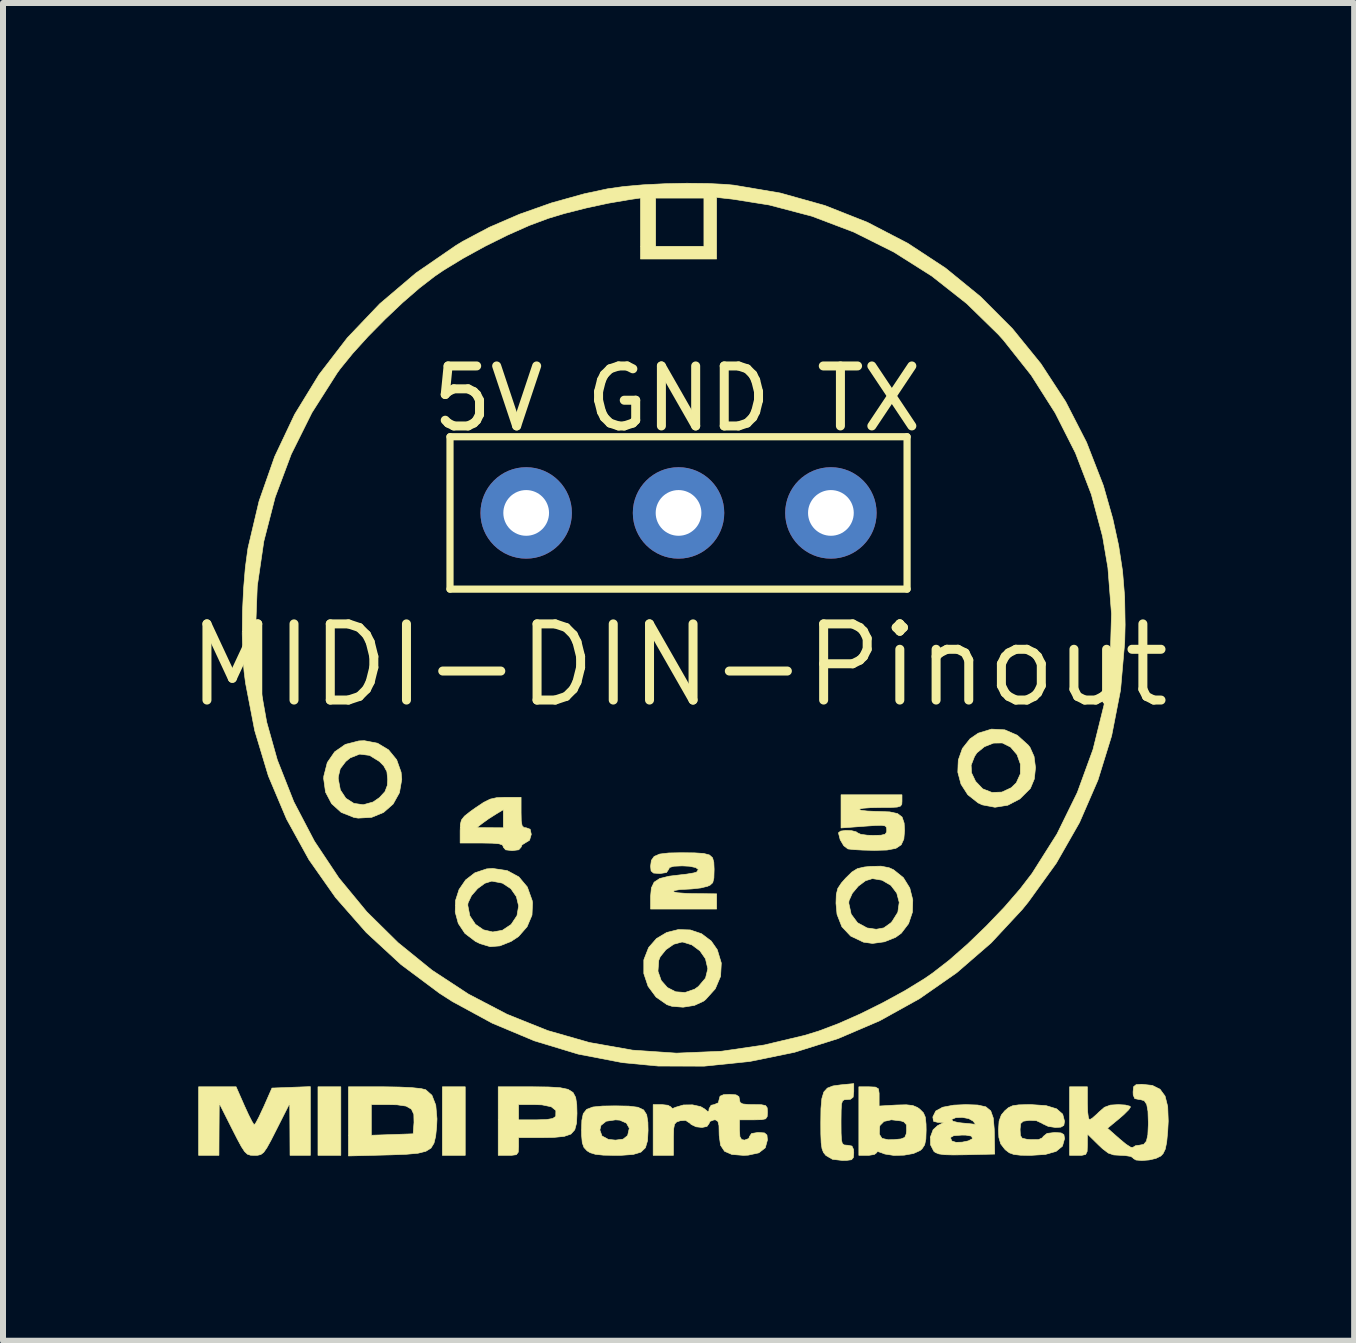
<source format=kicad_pcb>
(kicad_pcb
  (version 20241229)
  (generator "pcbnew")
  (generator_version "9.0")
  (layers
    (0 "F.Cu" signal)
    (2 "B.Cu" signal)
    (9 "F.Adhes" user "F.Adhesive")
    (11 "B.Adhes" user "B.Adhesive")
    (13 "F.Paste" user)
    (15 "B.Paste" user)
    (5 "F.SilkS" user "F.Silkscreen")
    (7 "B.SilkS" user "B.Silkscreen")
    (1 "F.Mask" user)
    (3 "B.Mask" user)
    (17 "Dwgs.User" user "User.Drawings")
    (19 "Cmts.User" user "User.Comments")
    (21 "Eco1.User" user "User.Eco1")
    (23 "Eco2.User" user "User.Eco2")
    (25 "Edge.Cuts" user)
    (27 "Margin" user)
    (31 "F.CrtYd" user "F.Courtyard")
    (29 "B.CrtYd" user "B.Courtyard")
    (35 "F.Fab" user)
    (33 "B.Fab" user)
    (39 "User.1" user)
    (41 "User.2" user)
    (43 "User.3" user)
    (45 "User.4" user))
  (footprint "MIDI-DIN-Pinout"
    (layer "F.Cu")
    (at 8.262 8.041)
    (property "Reference" "MIDI-DIN-Pinout" (at 0 0 0) (layer "F.SilkS") (effects (font (size 1.27 1.27) (thickness 0.15))))
    (attr through_hole)
    (fp_line (start -3.81 -3.81) (end 3.81 -3.81) (stroke (width 0.12) (type solid)) (layer "F.SilkS"))
    (fp_line (start -3.81 -1.27) (end -3.81 -3.81) (stroke (width 0.12) (type solid)) (layer "F.SilkS"))
    (fp_line (start 3.81 -3.81) (end 3.81 -1.27) (stroke (width 0.12) (type solid)) (layer "F.SilkS"))
    (fp_line (start 3.81 -1.27) (end -3.81 -1.27) (stroke (width 0.12) (type solid)) (layer "F.SilkS"))
    (fp_poly (pts (xy -5.63 8.17) (xy -6.011 8.17) (xy -6.011 7.027) (xy -5.63 7.027) (xy -5.63 8.17)) (stroke (width 0.01) (type solid)) (fill yes) (layer "F.SilkS"))
    (fp_poly (pts (xy -3.556 8.17) (xy -3.937 8.17) (xy -3.937 7.027) (xy -3.556 7.027) (xy -3.556 8.17)) (stroke (width 0.01) (type solid)) (fill yes) (layer "F.SilkS"))
    (fp_poly (pts (xy -4.658 7.031) (xy -4.447 7.041) (xy -4.293 7.057) (xy -4.215 7.076) (xy -4.111 7.169) (xy -4.047 7.333) (xy -4.027 7.562) (xy -4.033 7.695) (xy -4.049 7.851) (xy -4.077 7.967) (xy -4.127 8.049) (xy -4.212 8.102) (xy -4.344 8.135) (xy -4.535 8.152) (xy -4.795 8.162) (xy -4.869 8.164) (xy -5.503 8.18) (xy -5.503 7.324) (xy -5.122 7.324) (xy -5.122 7.835) (xy -4.424 7.811) (xy -4.41 7.622) (xy -4.413 7.487) (xy -4.453 7.4) (xy -4.542 7.349) (xy -4.693 7.327) (xy -4.834 7.324) (xy -5.122 7.324) (xy -5.503 7.324) (xy -5.503 7.027) (xy -4.913 7.027) (xy -4.658 7.031)) (stroke (width 0.01) (type solid)) (fill yes) (layer "F.SilkS"))
    (fp_poly (pts (xy -6.138 8.17) (xy -6.477 8.17) (xy -6.479 7.736) (xy -6.482 7.303) (xy -6.701 7.736) (xy -6.796 7.923) (xy -6.864 8.046) (xy -6.916 8.12) (xy -6.963 8.156) (xy -7.017 8.169) (xy -7.07 8.17) (xy -7.135 8.168) (xy -7.187 8.151) (xy -7.234 8.107) (xy -7.289 8.023) (xy -7.362 7.887) (xy -7.439 7.736) (xy -7.657 7.303) (xy -7.66 7.736) (xy -7.662 8.17) (xy -8.001 8.17) (xy -8.001 7.027) (xy -7.376 7.027) (xy -7.236 7.345) (xy -7.169 7.491) (xy -7.113 7.601) (xy -7.078 7.658) (xy -7.073 7.661) (xy -7.045 7.625) (xy -6.995 7.53) (xy -6.931 7.393) (xy -6.913 7.355) (xy -6.778 7.048) (xy -6.458 7.036) (xy -6.138 7.024) (xy -6.138 8.17)) (stroke (width 0.01) (type solid)) (fill yes) (layer "F.SilkS"))
    (fp_poly (pts (xy -2.168 7.03) (xy -1.974 7.042) (xy -1.842 7.07) (xy -1.759 7.122) (xy -1.715 7.204) (xy -1.697 7.323) (xy -1.693 7.469) (xy -1.7 7.631) (xy -1.73 7.744) (xy -1.794 7.815) (xy -1.907 7.854) (xy -2.081 7.871) (xy -2.274 7.874) (xy -2.667 7.874) (xy -2.667 8.022) (xy -2.672 8.117) (xy -2.704 8.159) (xy -2.786 8.17) (xy -2.836 8.17) (xy -3.006 8.17) (xy -3.006 7.324) (xy -2.667 7.324) (xy -2.667 7.578) (xy -2.369 7.578) (xy -2.201 7.573) (xy -2.1 7.556) (xy -2.053 7.525) (xy -2.047 7.514) (xy -2.045 7.422) (xy -2.122 7.36) (xy -2.277 7.328) (xy -2.397 7.324) (xy -2.667 7.324) (xy -3.006 7.324) (xy -3.006 7.027) (xy -2.434 7.027) (xy -2.168 7.03)) (stroke (width 0.01) (type solid)) (fill yes) (layer "F.SilkS"))
    (fp_poly (pts (xy 2.921 7.107) (xy 2.911 7.2) (xy 2.866 7.235) (xy 2.815 7.239) (xy 2.765 7.242) (xy 2.734 7.262) (xy 2.717 7.315) (xy 2.711 7.418) (xy 2.709 7.586) (xy 2.709 7.62) (xy 2.71 7.8) (xy 2.716 7.912) (xy 2.73 7.972) (xy 2.759 7.996) (xy 2.806 8.001) (xy 2.815 8.001) (xy 2.891 8.015) (xy 2.918 8.073) (xy 2.921 8.128) (xy 2.915 8.206) (xy 2.884 8.243) (xy 2.802 8.254) (xy 2.731 8.255) (xy 2.567 8.236) (xy 2.458 8.173) (xy 2.455 8.17) (xy 2.417 8.123) (xy 2.392 8.059) (xy 2.378 7.962) (xy 2.372 7.813) (xy 2.371 7.628) (xy 2.374 7.39) (xy 2.389 7.224) (xy 2.422 7.114) (xy 2.481 7.049) (xy 2.573 7.013) (xy 2.702 6.995) (xy 2.921 6.974) (xy 2.921 7.107)) (stroke (width 0.01) (type solid)) (fill yes) (layer "F.SilkS"))
    (fp_poly (pts (xy -2.856 3.423) (xy -2.662 3.528) (xy -2.521 3.696) (xy -2.44 3.922) (xy -2.434 3.96) (xy -2.443 4.165) (xy -2.525 4.359) (xy -2.668 4.522) (xy -2.792 4.604) (xy -2.979 4.678) (xy -3.14 4.691) (xy -3.308 4.641) (xy -3.386 4.603) (xy -3.561 4.47) (xy -3.672 4.303) (xy -3.723 4.115) (xy -3.72 3.999) (xy -3.514 3.999) (xy -3.479 4.178) (xy -3.386 4.318) (xy -3.253 4.41) (xy -3.097 4.446) (xy -2.937 4.418) (xy -2.791 4.321) (xy -2.693 4.173) (xy -2.666 4.012) (xy -2.703 3.857) (xy -2.796 3.724) (xy -2.936 3.632) (xy -3.113 3.598) (xy -3.229 3.634) (xy -3.35 3.723) (xy -3.452 3.84) (xy -3.509 3.961) (xy -3.514 3.999) (xy -3.72 3.999) (xy -3.718 3.922) (xy -3.659 3.738) (xy -3.55 3.579) (xy -3.396 3.46) (xy -3.199 3.394) (xy -3.097 3.387) (xy -2.856 3.423)) (stroke (width 0.01) (type solid)) (fill yes) (layer "F.SilkS"))
    (fp_poly (pts (xy -0.83 7.349) (xy -0.677 7.368) (xy -0.582 7.413) (xy -0.531 7.493) (xy -0.511 7.619) (xy -0.508 7.755) (xy -0.517 7.926) (xy -0.552 8.043) (xy -0.627 8.116) (xy -0.755 8.155) (xy -0.948 8.169) (xy -1.054 8.17) (xy -1.251 8.167) (xy -1.385 8.153) (xy -1.473 8.126) (xy -1.524 8.095) (xy -1.577 8.038) (xy -1.605 7.96) (xy -1.616 7.835) (xy -1.617 7.751) (xy -1.617 7.747) (xy -1.312 7.747) (xy -1.276 7.847) (xy -1.17 7.904) (xy -1.051 7.916) (xy -0.924 7.9) (xy -0.853 7.843) (xy -0.847 7.832) (xy -0.821 7.718) (xy -0.869 7.632) (xy -0.981 7.583) (xy -1.051 7.578) (xy -1.206 7.601) (xy -1.293 7.67) (xy -1.312 7.747) (xy -1.617 7.747) (xy -1.612 7.587) (xy -1.588 7.474) (xy -1.531 7.403) (xy -1.428 7.364) (xy -1.266 7.348) (xy -1.053 7.345) (xy -0.83 7.349)) (stroke (width 0.01) (type solid)) (fill yes) (layer "F.SilkS"))
    (fp_poly (pts (xy 5.439 1.076) (xy 5.647 1.166) (xy 5.828 1.329) (xy 5.859 1.368) (xy 5.927 1.52) (xy 5.951 1.707) (xy 5.931 1.896) (xy 5.867 2.05) (xy 5.861 2.058) (xy 5.69 2.228) (xy 5.489 2.333) (xy 5.275 2.367) (xy 5.065 2.327) (xy 4.995 2.295) (xy 4.822 2.158) (xy 4.709 1.982) (xy 4.656 1.783) (xy 4.66 1.665) (xy 4.878 1.665) (xy 4.884 1.792) (xy 4.952 1.935) (xy 5.071 2.06) (xy 5.225 2.12) (xy 5.39 2.114) (xy 5.545 2.042) (xy 5.631 1.959) (xy 5.698 1.811) (xy 5.699 1.647) (xy 5.643 1.49) (xy 5.536 1.364) (xy 5.398 1.295) (xy 5.252 1.297) (xy 5.1 1.357) (xy 4.975 1.459) (xy 4.935 1.519) (xy 4.878 1.665) (xy 4.66 1.665) (xy 4.664 1.579) (xy 4.732 1.387) (xy 4.86 1.225) (xy 4.996 1.132) (xy 5.218 1.064) (xy 5.439 1.076)) (stroke (width 0.01) (type solid)) (fill yes) (layer "F.SilkS"))
    (fp_poly (pts (xy -5.018 1.299) (xy -4.834 1.41) (xy -4.699 1.575) (xy -4.625 1.783) (xy -4.614 1.901) (xy -4.653 2.125) (xy -4.758 2.313) (xy -4.917 2.453) (xy -5.116 2.535) (xy -5.341 2.548) (xy -5.413 2.536) (xy -5.624 2.452) (xy -5.784 2.307) (xy -5.885 2.115) (xy -5.916 1.892) (xy -5.673 1.892) (xy -5.638 2.078) (xy -5.546 2.217) (xy -5.413 2.302) (xy -5.256 2.325) (xy -5.092 2.279) (xy -4.986 2.206) (xy -4.894 2.106) (xy -4.855 2.003) (xy -4.849 1.905) (xy -4.862 1.773) (xy -4.915 1.676) (xy -4.986 1.604) (xy -5.151 1.502) (xy -5.316 1.481) (xy -5.475 1.544) (xy -5.549 1.605) (xy -5.64 1.725) (xy -5.672 1.859) (xy -5.673 1.892) (xy -5.916 1.892) (xy -5.916 1.89) (xy -5.914 1.849) (xy -5.856 1.622) (xy -5.733 1.443) (xy -5.555 1.319) (xy -5.33 1.261) (xy -5.238 1.257) (xy -5.018 1.299)) (stroke (width 0.01) (type solid)) (fill yes) (layer "F.SilkS"))
    (fp_poly (pts (xy 0.195 4.412) (xy 0.383 4.475) (xy 0.545 4.597) (xy 0.646 4.742) (xy 0.713 4.964) (xy 0.701 5.185) (xy 0.613 5.393) (xy 0.452 5.572) (xy 0.418 5.599) (xy 0.265 5.67) (xy 0.076 5.7) (xy -0.11 5.685) (xy -0.193 5.658) (xy -0.375 5.531) (xy -0.508 5.351) (xy -0.579 5.139) (xy -0.579 5.1) (xy -0.343 5.1) (xy -0.289 5.255) (xy -0.186 5.372) (xy -0.048 5.443) (xy 0.108 5.455) (xy 0.268 5.4) (xy 0.331 5.355) (xy 0.45 5.215) (xy 0.488 5.06) (xy 0.449 4.893) (xy 0.357 4.761) (xy 0.222 4.661) (xy 0.075 4.615) (xy 0.055 4.614) (xy -0.079 4.65) (xy -0.21 4.741) (xy -0.306 4.86) (xy -0.33 4.92) (xy -0.343 5.1) (xy -0.579 5.1) (xy -0.579 4.916) (xy -0.577 4.906) (xy -0.499 4.706) (xy -0.367 4.555) (xy -0.197 4.454) (xy -0.004 4.406) (xy 0.195 4.412)) (stroke (width 0.01) (type solid)) (fill yes) (layer "F.SilkS"))
    (fp_poly (pts (xy -2.625 2.455) (xy -2.622 2.597) (xy -2.608 2.674) (xy -2.578 2.705) (xy -2.54 2.709) (xy -2.474 2.733) (xy -2.455 2.817) (xy -2.455 2.819) (xy -2.484 2.917) (xy -2.54 2.951) (xy -2.609 2.994) (xy -2.625 3.032) (xy -2.664 3.076) (xy -2.773 3.09) (xy -2.882 3.077) (xy -2.921 3.033) (xy -2.921 3.027) (xy -2.936 2.995) (xy -2.992 2.976) (xy -3.104 2.966) (xy -3.281 2.963) (xy -3.641 2.963) (xy -3.641 2.76) (xy -3.639 2.707) (xy -3.365 2.707) (xy -3.143 2.708) (xy -2.921 2.709) (xy -2.921 2.408) (xy -3.04 2.479) (xy -3.163 2.557) (xy -3.262 2.628) (xy -3.365 2.707) (xy -3.639 2.707) (xy -3.638 2.653) (xy -3.619 2.579) (xy -3.569 2.515) (xy -3.473 2.439) (xy -3.389 2.379) (xy -3.247 2.284) (xy -3.139 2.231) (xy -3.031 2.207) (xy -2.891 2.201) (xy -2.881 2.201) (xy -2.625 2.201) (xy -2.625 2.455)) (stroke (width 0.01) (type solid)) (fill yes) (layer "F.SilkS"))
    (fp_poly (pts (xy 3.51 3.375) (xy 3.585 3.409) (xy 3.748 3.54) (xy 3.855 3.713) (xy 3.905 3.912) (xy 3.899 4.116) (xy 3.835 4.307) (xy 3.713 4.467) (xy 3.618 4.536) (xy 3.432 4.61) (xy 3.234 4.637) (xy 3.083 4.616) (xy 2.869 4.514) (xy 2.723 4.359) (xy 2.642 4.152) (xy 2.625 3.967) (xy 2.625 3.965) (xy 2.838 3.965) (xy 2.878 4.15) (xy 2.984 4.292) (xy 3.144 4.379) (xy 3.296 4.401) (xy 3.422 4.378) (xy 3.537 4.296) (xy 3.56 4.271) (xy 3.656 4.117) (xy 3.679 3.953) (xy 3.638 3.798) (xy 3.54 3.669) (xy 3.393 3.583) (xy 3.232 3.556) (xy 3.117 3.592) (xy 2.997 3.682) (xy 2.897 3.801) (xy 2.842 3.924) (xy 2.838 3.965) (xy 2.625 3.965) (xy 2.63 3.82) (xy 2.655 3.72) (xy 2.716 3.628) (xy 2.787 3.548) (xy 2.891 3.446) (xy 2.982 3.39) (xy 3.098 3.363) (xy 3.196 3.353) (xy 3.376 3.349) (xy 3.51 3.375)) (stroke (width 0.01) (type solid)) (fill yes) (layer "F.SilkS"))
    (fp_poly (pts (xy 3.283 7.032) (xy 3.332 7.06) (xy 3.344 7.135) (xy 3.344 7.187) (xy 3.344 7.348) (xy 3.631 7.331) (xy 3.796 7.327) (xy 3.905 7.339) (xy 3.983 7.372) (xy 4.022 7.4) (xy 4.082 7.46) (xy 4.114 7.533) (xy 4.126 7.648) (xy 4.128 7.747) (xy 4.123 7.9) (xy 4.103 7.995) (xy 4.061 8.059) (xy 4.028 8.089) (xy 3.917 8.139) (xy 3.76 8.167) (xy 3.589 8.171) (xy 3.44 8.148) (xy 3.384 8.127) (xy 3.316 8.104) (xy 3.302 8.127) (xy 3.265 8.155) (xy 3.173 8.17) (xy 3.154 8.17) (xy 3.006 8.17) (xy 3.006 7.82) (xy 3.348 7.82) (xy 3.392 7.887) (xy 3.495 7.91) (xy 3.587 7.908) (xy 3.709 7.896) (xy 3.771 7.871) (xy 3.795 7.815) (xy 3.802 7.759) (xy 3.8 7.66) (xy 3.758 7.613) (xy 3.712 7.597) (xy 3.548 7.577) (xy 3.425 7.604) (xy 3.358 7.672) (xy 3.352 7.697) (xy 3.348 7.82) (xy 3.006 7.82) (xy 3.006 7.027) (xy 3.175 7.027) (xy 3.283 7.032)) (stroke (width 0.01) (type solid)) (fill yes) (layer "F.SilkS"))
    (fp_poly (pts (xy 6.127 7.341) (xy 6.302 7.394) (xy 6.404 7.483) (xy 6.435 7.602) (xy 6.423 7.671) (xy 6.373 7.7) (xy 6.283 7.705) (xy 6.163 7.687) (xy 6.072 7.644) (xy 6.067 7.639) (xy 5.964 7.591) (xy 5.847 7.586) (xy 5.746 7.601) (xy 5.703 7.641) (xy 5.694 7.733) (xy 5.694 7.747) (xy 5.699 7.84) (xy 5.73 7.885) (xy 5.811 7.903) (xy 5.874 7.908) (xy 6.002 7.907) (xy 6.067 7.877) (xy 6.08 7.855) (xy 6.144 7.804) (xy 6.27 7.789) (xy 6.377 7.796) (xy 6.424 7.824) (xy 6.435 7.891) (xy 6.435 7.892) (xy 6.4 8.017) (xy 6.294 8.104) (xy 6.115 8.155) (xy 5.877 8.17) (xy 5.703 8.168) (xy 5.59 8.155) (xy 5.515 8.128) (xy 5.453 8.081) (xy 5.438 8.066) (xy 5.371 7.979) (xy 5.34 7.871) (xy 5.334 7.747) (xy 5.344 7.598) (xy 5.381 7.497) (xy 5.438 7.428) (xy 5.5 7.375) (xy 5.57 7.343) (xy 5.672 7.328) (xy 5.83 7.324) (xy 5.877 7.324) (xy 6.127 7.341)) (stroke (width 0.01) (type solid)) (fill yes) (layer "F.SilkS"))
    (fp_poly (pts (xy 0.265 3.127) (xy 0.419 3.137) (xy 0.515 3.162) (xy 0.567 3.209) (xy 0.588 3.284) (xy 0.593 3.395) (xy 0.593 3.412) (xy 0.589 3.548) (xy 0.57 3.624) (xy 0.526 3.665) (xy 0.484 3.684) (xy 0.37 3.712) (xy 0.227 3.728) (xy 0.198 3.73) (xy 0.021 3.739) (xy -0.074 3.756) (xy -0.087 3.775) (xy -0.02 3.792) (xy 0.126 3.803) (xy 0.222 3.806) (xy 0.635 3.81) (xy 0.635 4.064) (xy -0.466 4.064) (xy -0.466 3.853) (xy -0.453 3.712) (xy -0.407 3.616) (xy -0.313 3.554) (xy -0.157 3.516) (xy -0.007 3.498) (xy 0.139 3.481) (xy 0.251 3.462) (xy 0.301 3.448) (xy 0.331 3.406) (xy 0.287 3.372) (xy 0.18 3.35) (xy 0.061 3.344) (xy -0.079 3.35) (xy -0.15 3.371) (xy -0.169 3.408) (xy -0.201 3.455) (xy -0.304 3.471) (xy -0.318 3.471) (xy -0.417 3.464) (xy -0.458 3.428) (xy -0.466 3.35) (xy -0.453 3.252) (xy -0.407 3.187) (xy -0.315 3.147) (xy -0.164 3.129) (xy 0.04 3.125) (xy 0.265 3.127)) (stroke (width 0.01) (type solid)) (fill yes) (layer "F.SilkS"))
    (fp_poly (pts (xy 3.725 2.265) (xy 3.722 2.316) (xy 3.701 2.347) (xy 3.645 2.364) (xy 3.538 2.37) (xy 3.365 2.371) (xy 3.203 2.374) (xy 3.079 2.383) (xy 3.012 2.397) (xy 3.006 2.402) (xy 3.045 2.418) (xy 3.147 2.43) (xy 3.293 2.436) (xy 3.319 2.436) (xy 3.52 2.444) (xy 3.651 2.472) (xy 3.727 2.531) (xy 3.761 2.631) (xy 3.768 2.754) (xy 3.756 2.897) (xy 3.712 2.993) (xy 3.623 3.052) (xy 3.476 3.08) (xy 3.26 3.086) (xy 3.24 3.085) (xy 3.069 3.081) (xy 2.925 3.073) (xy 2.833 3.063) (xy 2.823 3.061) (xy 2.754 3.008) (xy 2.695 2.908) (xy 2.667 2.799) (xy 2.667 2.791) (xy 2.703 2.764) (xy 2.787 2.753) (xy 2.885 2.757) (xy 2.963 2.777) (xy 2.985 2.794) (xy 3.038 2.818) (xy 3.148 2.833) (xy 3.241 2.836) (xy 3.374 2.833) (xy 3.443 2.817) (xy 3.469 2.781) (xy 3.471 2.746) (xy 3.467 2.703) (xy 3.445 2.678) (xy 3.387 2.668) (xy 3.278 2.671) (xy 3.102 2.683) (xy 3.09 2.684) (xy 2.709 2.712) (xy 2.709 2.159) (xy 3.725 2.159) (xy 3.725 2.265)) (stroke (width 0.01) (type solid)) (fill yes) (layer "F.SilkS"))
    (fp_poly (pts (xy 4.988 7.331) (xy 5.123 7.361) (xy 5.205 7.429) (xy 5.247 7.548) (xy 5.263 7.732) (xy 5.265 7.82) (xy 5.271 8.149) (xy 4.798 8.16) (xy 4.582 8.163) (xy 4.435 8.159) (xy 4.34 8.146) (xy 4.281 8.122) (xy 4.256 8.102) (xy 4.201 7.995) (xy 4.199 7.873) (xy 4.532 7.873) (xy 4.554 7.926) (xy 4.56 7.932) (xy 4.625 7.953) (xy 4.728 7.95) (xy 4.83 7.929) (xy 4.895 7.895) (xy 4.9 7.885) (xy 4.882 7.849) (xy 4.791 7.833) (xy 4.724 7.832) (xy 4.588 7.842) (xy 4.532 7.873) (xy 4.199 7.873) (xy 4.199 7.864) (xy 4.244 7.743) (xy 4.318 7.675) (xy 4.424 7.621) (xy 4.326 7.621) (xy 4.252 7.603) (xy 4.247 7.575) (xy 4.552 7.575) (xy 4.575 7.601) (xy 4.661 7.623) (xy 4.73 7.631) (xy 4.851 7.642) (xy 4.931 7.651) (xy 4.948 7.655) (xy 4.939 7.635) (xy 4.911 7.599) (xy 4.838 7.557) (xy 4.73 7.537) (xy 4.623 7.541) (xy 4.555 7.571) (xy 4.552 7.575) (xy 4.247 7.575) (xy 4.24 7.536) (xy 4.241 7.526) (xy 4.288 7.431) (xy 4.402 7.368) (xy 4.586 7.333) (xy 4.788 7.324) (xy 4.988 7.331)) (stroke (width 0.01) (type solid)) (fill yes) (layer "F.SilkS"))
    (fp_poly (pts (xy 7.899 7.004) (xy 8.027 7.068) (xy 8.111 7.182) (xy 8.155 7.357) (xy 8.164 7.599) (xy 8.155 7.768) (xy 8.138 7.95) (xy 8.114 8.067) (xy 8.078 8.141) (xy 8.04 8.181) (xy 7.958 8.221) (xy 7.843 8.247) (xy 7.724 8.256) (xy 7.626 8.248) (xy 7.579 8.22) (xy 7.578 8.213) (xy 7.54 8.188) (xy 7.443 8.173) (xy 7.378 8.17) (xy 7.256 8.163) (xy 7.164 8.132) (xy 7.069 8.06) (xy 6.997 7.992) (xy 6.816 7.814) (xy 6.816 7.992) (xy 6.812 8.104) (xy 6.787 8.155) (xy 6.721 8.17) (xy 6.668 8.17) (xy 6.519 8.17) (xy 6.519 7.027) (xy 6.816 7.027) (xy 6.816 7.303) (xy 6.82 7.443) (xy 6.833 7.542) (xy 6.85 7.578) (xy 6.898 7.55) (xy 6.977 7.48) (xy 7.006 7.451) (xy 7.1 7.369) (xy 7.2 7.332) (xy 7.332 7.324) (xy 7.45 7.331) (xy 7.523 7.35) (xy 7.535 7.363) (xy 7.505 7.409) (xy 7.426 7.488) (xy 7.343 7.56) (xy 7.151 7.718) (xy 7.354 7.897) (xy 7.459 7.984) (xy 7.537 8.034) (xy 7.571 8.039) (xy 7.619 8.009) (xy 7.682 8.001) (xy 7.755 7.987) (xy 7.8 7.934) (xy 7.824 7.828) (xy 7.832 7.655) (xy 7.832 7.62) (xy 7.826 7.435) (xy 7.805 7.32) (xy 7.764 7.259) (xy 7.695 7.239) (xy 7.679 7.239) (xy 7.606 7.224) (xy 7.58 7.164) (xy 7.578 7.112) (xy 7.586 7.026) (xy 7.629 6.991) (xy 7.723 6.985) (xy 7.899 7.004)) (stroke (width 0.01) (type solid)) (fill yes) (layer "F.SilkS"))
    (fp_poly (pts (xy 0.957 7.161) (xy 1.006 7.19) (xy 1.016 7.239) (xy 1.026 7.288) (xy 1.07 7.313) (xy 1.167 7.323) (xy 1.249 7.324) (xy 1.382 7.326) (xy 1.451 7.34) (xy 1.478 7.377) (xy 1.482 7.449) (xy 1.482 7.451) (xy 1.478 7.523) (xy 1.452 7.561) (xy 1.384 7.575) (xy 1.252 7.578) (xy 1.016 7.578) (xy 1.016 7.747) (xy 1.023 7.858) (xy 1.052 7.907) (xy 1.101 7.916) (xy 1.17 7.89) (xy 1.185 7.853) (xy 1.217 7.806) (xy 1.32 7.789) (xy 1.333 7.789) (xy 1.433 7.796) (xy 1.474 7.832) (xy 1.482 7.914) (xy 1.446 8.044) (xy 1.339 8.128) (xy 1.16 8.167) (xy 1.079 8.17) (xy 0.889 8.155) (xy 0.767 8.102) (xy 0.7 8.001) (xy 0.678 7.84) (xy 0.677 7.808) (xy 0.674 7.674) (xy 0.657 7.605) (xy 0.621 7.58) (xy 0.593 7.578) (xy 0.524 7.604) (xy 0.508 7.641) (xy 0.474 7.688) (xy 0.392 7.705) (xy 0.293 7.694) (xy 0.211 7.655) (xy 0.191 7.635) (xy 0.117 7.586) (xy 0.028 7.593) (xy -0.033 7.614) (xy -0.067 7.651) (xy -0.081 7.727) (xy -0.085 7.862) (xy -0.085 7.896) (xy -0.085 8.17) (xy -0.423 8.17) (xy -0.423 7.324) (xy -0.275 7.324) (xy -0.177 7.335) (xy -0.128 7.362) (xy -0.127 7.367) (xy -0.101 7.39) (xy -0.045 7.367) (xy 0.082 7.33) (xy 0.233 7.328) (xy 0.369 7.358) (xy 0.431 7.394) (xy 0.488 7.44) (xy 0.507 7.428) (xy 0.508 7.394) (xy 0.543 7.335) (xy 0.593 7.324) (xy 0.663 7.294) (xy 0.677 7.239) (xy 0.692 7.184) (xy 0.749 7.159) (xy 0.847 7.154) (xy 0.957 7.161)) (stroke (width 0.01) (type solid)) (fill yes) (layer "F.SilkS"))
    (fp_poly (pts (xy 0.491 -8.032) (xy 0.801 -8.016) (xy 0.924 -8.004) (xy 1.697 -7.873) (xy 2.44 -7.665) (xy 3.15 -7.384) (xy 3.822 -7.035) (xy 4.452 -6.621) (xy 5.034 -6.146) (xy 5.565 -5.614) (xy 6.04 -5.029) (xy 6.454 -4.395) (xy 6.802 -3.717) (xy 7.082 -2.997) (xy 7.239 -2.445) (xy 7.337 -1.996) (xy 7.402 -1.571) (xy 7.437 -1.141) (xy 7.445 -0.676) (xy 7.438 -0.381) (xy 7.369 0.412) (xy 7.22 1.177) (xy 6.992 1.914) (xy 6.685 2.621) (xy 6.298 3.299) (xy 5.832 3.945) (xy 5.73 4.071) (xy 5.211 4.629) (xy 4.638 5.125) (xy 4.017 5.558) (xy 3.354 5.926) (xy 2.658 6.224) (xy 1.933 6.452) (xy 1.187 6.605) (xy 0.427 6.683) (xy -0.34 6.681) (xy -0.931 6.625) (xy -1.673 6.482) (xy -2.403 6.261) (xy -3.107 5.966) (xy -3.771 5.605) (xy -3.986 5.467) (xy -4.628 4.988) (xy -5.206 4.455) (xy -5.718 3.872) (xy -6.162 3.24) (xy -6.535 2.563) (xy -6.838 1.845) (xy -7.066 1.088) (xy -7.219 0.295) (xy -7.243 0.105) (xy -7.266 -0.184) (xy -7.274 -0.529) (xy -7.273 -0.563) (xy -7.052 -0.563) (xy -7 0.194) (xy -6.866 0.947) (xy -6.689 1.577) (xy -6.414 2.275) (xy -6.07 2.933) (xy -5.662 3.546) (xy -5.196 4.111) (xy -4.676 4.624) (xy -4.11 5.083) (xy -3.502 5.482) (xy -2.859 5.818) (xy -2.184 6.089) (xy -1.485 6.289) (xy -0.767 6.416) (xy -0.035 6.466) (xy 0.705 6.435) (xy 0.726 6.433) (xy 1.429 6.33) (xy 2.102 6.17) (xy 2.339 6.097) (xy 2.665 5.974) (xy 3.031 5.812) (xy 3.409 5.624) (xy 3.775 5.424) (xy 4.101 5.224) (xy 4.233 5.133) (xy 4.513 4.916) (xy 4.819 4.647) (xy 5.131 4.346) (xy 5.43 4.034) (xy 5.695 3.728) (xy 5.893 3.47) (xy 6.309 2.812) (xy 6.648 2.121) (xy 6.91 1.402) (xy 7.093 0.663) (xy 7.196 -0.093) (xy 7.218 -0.858) (xy 7.158 -1.626) (xy 7.069 -2.149) (xy 6.882 -2.849) (xy 6.617 -3.539) (xy 6.28 -4.205) (xy 5.879 -4.836) (xy 5.418 -5.418) (xy 5.331 -5.515) (xy 4.805 -6.029) (xy 4.221 -6.489) (xy 3.59 -6.888) (xy 2.921 -7.222) (xy 2.225 -7.486) (xy 1.51 -7.674) (xy 0.9 -7.771) (xy 0.635 -7.8) (xy 0.635 -6.773) (xy -0.635 -6.773) (xy -0.635 -7.789) (xy -0.381 -7.789) (xy -0.381 -6.985) (xy 0.423 -6.985) (xy 0.423 -7.789) (xy -0.381 -7.789) (xy -0.635 -7.789) (xy -0.635 -7.79) (xy -0.815 -7.764) (xy -1.166 -7.704) (xy -1.542 -7.623) (xy -1.904 -7.531) (xy -2.17 -7.451) (xy -2.489 -7.332) (xy -2.849 -7.172) (xy -3.224 -6.986) (xy -3.587 -6.787) (xy -3.914 -6.588) (xy -4.063 -6.487) (xy -4.318 -6.29) (xy -4.601 -6.045) (xy -4.892 -5.769) (xy -5.175 -5.482) (xy -5.43 -5.201) (xy -5.639 -4.944) (xy -5.69 -4.874) (xy -6.112 -4.211) (xy -6.457 -3.518) (xy -6.725 -2.801) (xy -6.914 -2.066) (xy -7.023 -1.319) (xy -7.052 -0.563) (xy -7.273 -0.563) (xy -7.269 -0.904) (xy -7.251 -1.279) (xy -7.222 -1.63) (xy -7.182 -1.927) (xy -7.177 -1.958) (xy -6.993 -2.737) (xy -6.733 -3.479) (xy -6.4 -4.183) (xy -5.995 -4.844) (xy -5.522 -5.459) (xy -4.982 -6.026) (xy -4.377 -6.54) (xy -3.71 -6.999) (xy -3.595 -7.069) (xy -3.153 -7.303) (xy -2.653 -7.519) (xy -2.118 -7.708) (xy -1.573 -7.86) (xy -1.185 -7.943) (xy -0.918 -7.981) (xy -0.591 -8.01) (xy -0.23 -8.028) (xy 0.138 -8.036) (xy 0.491 -8.032)) (stroke (width 0.01) (type solid)) (fill yes) (layer "F.SilkS"))
    (fp_text user "5V" (at -3.175 -4.445 0) (layer "F.SilkS") (effects (font (size 1 1) (thickness 0.15))))
    (fp_text user "TX" (at 3.175 -4.445 0) (layer "F.SilkS") (effects (font (size 1 1) (thickness 0.15))))
    (fp_text user "GND" (at 0 -4.445 180) (layer "F.SilkS") (effects (font (size 1 1) (thickness 0.15))))
    (pad "2" thru_hole circle (at 0 -2.54) (size 1.524 1.524) (drill 0.762) (layers "*.Cu" "*.Mask"))
    (pad "4" thru_hole circle (at -2.54 -2.54) (size 1.524 1.524) (drill 0.762) (layers "*.Cu" "*.Mask"))
    (pad "5" thru_hole circle (at 2.54 -2.54) (size 1.524 1.524) (drill 0.762) (layers "*.Cu" "*.Mask")))
  (gr_rect
    (start -3 -3)
    (end 19.525 19.302)
    (stroke (width 0.1) (type default))
    (fill no)
    (layer "Edge.Cuts")))
</source>
